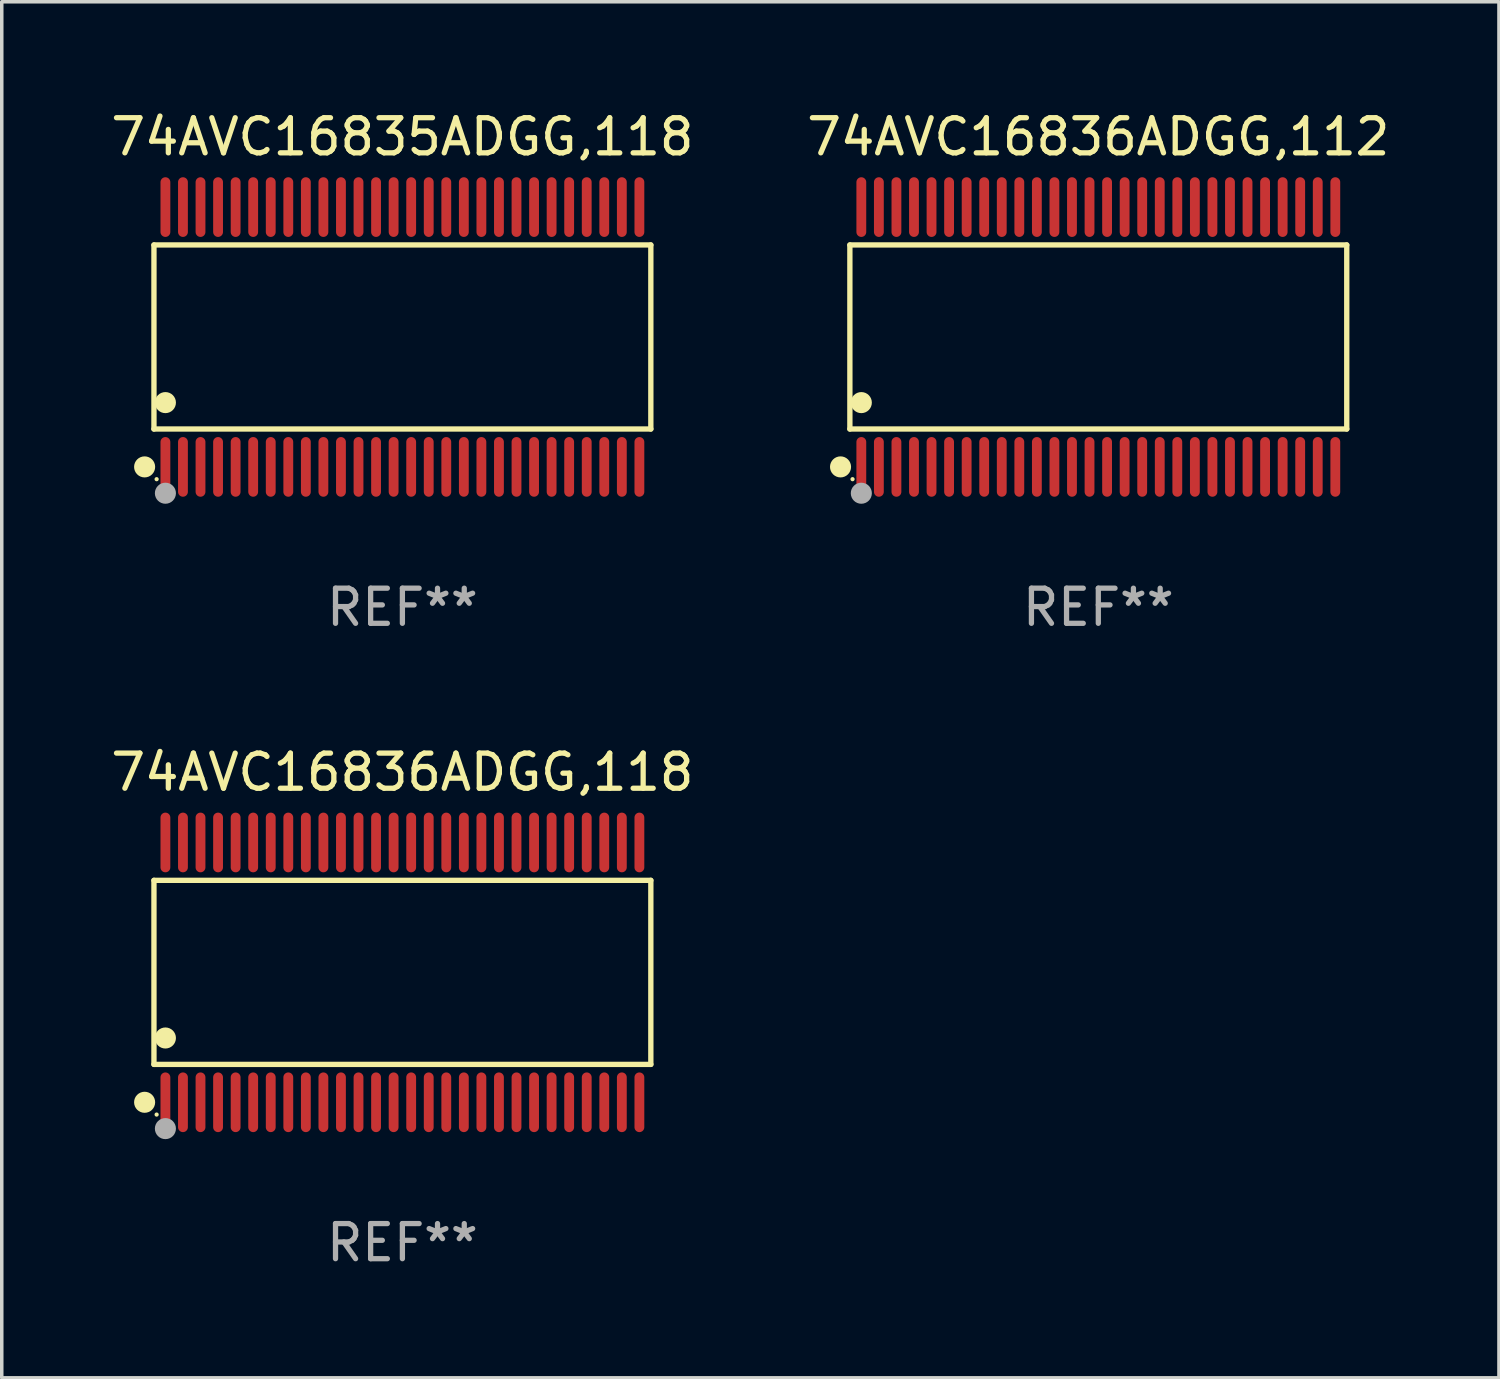
<source format=kicad_pcb>
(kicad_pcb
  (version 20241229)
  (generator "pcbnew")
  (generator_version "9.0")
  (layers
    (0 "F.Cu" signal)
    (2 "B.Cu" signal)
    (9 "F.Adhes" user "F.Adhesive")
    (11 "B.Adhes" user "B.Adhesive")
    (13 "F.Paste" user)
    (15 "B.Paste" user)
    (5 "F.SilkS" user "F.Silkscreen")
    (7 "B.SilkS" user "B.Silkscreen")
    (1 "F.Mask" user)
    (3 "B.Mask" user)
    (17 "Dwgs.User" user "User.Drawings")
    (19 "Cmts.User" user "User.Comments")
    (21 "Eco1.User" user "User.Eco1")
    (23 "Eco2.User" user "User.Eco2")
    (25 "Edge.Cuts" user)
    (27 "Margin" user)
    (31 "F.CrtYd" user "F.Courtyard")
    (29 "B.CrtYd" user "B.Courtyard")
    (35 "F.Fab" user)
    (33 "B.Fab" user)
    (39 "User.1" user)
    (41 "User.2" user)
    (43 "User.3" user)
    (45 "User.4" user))
  (footprint "74AVC16835ADGG,118"
    (layer "F.Cu")
    (at 8.411 6.548)
    (property "Reference" "74AVC16835ADGG,118" (at 0 -5.7 0) (layer "F.SilkS") (effects (font (size 1 1) (thickness 0.15))))
    (attr through_hole)
    (fp_line (start -7.076 -2.621) (end 7.076 -2.621) (stroke (width 0.152) (type solid)) (layer "F.SilkS"))
    (fp_line (start -7.076 2.621) (end -7.076 -2.621) (stroke (width 0.152) (type solid)) (layer "F.SilkS"))
    (fp_line (start 7.076 -2.621) (end 7.076 2.621) (stroke (width 0.152) (type solid)) (layer "F.SilkS"))
    (fp_line (start 7.076 2.621) (end -7.076 2.621) (stroke (width 0.152) (type solid)) (layer "F.SilkS"))
    (fp_circle (center -7.342 3.7) (end -7.192 3.7) (stroke (width 0.3) (type solid)) (fill no) (layer "F.SilkS"))
    (fp_circle (center -7 4.05) (end -6.97 4.05) (stroke (width 0.06) (type solid)) (fill no) (layer "F.SilkS"))
    (fp_circle (center -6.75 1.869) (end -6.6 1.869) (stroke (width 0.3) (type solid)) (fill no) (layer "F.SilkS"))
    (fp_circle (center -6.75 4.45) (end -6.6 4.45) (stroke (width 0.3) (type solid)) (fill no) (layer "F.Fab"))
    (fp_text user "REF**" (at 0 7.7 0) (layer "F.Fab") (effects (font (size 1 1) (thickness 0.15))))
    (pad "1" smd oval (at -6.75 3.7) (size 0.28 1.7) (layers "F.Cu" "F.Mask" "F.Paste"))
    (pad "2" smd oval (at -6.25 3.7) (size 0.28 1.7) (layers "F.Cu" "F.Mask" "F.Paste"))
    (pad "3" smd oval (at -5.75 3.7) (size 0.28 1.7) (layers "F.Cu" "F.Mask" "F.Paste"))
    (pad "4" smd oval (at -5.25 3.7) (size 0.28 1.7) (layers "F.Cu" "F.Mask" "F.Paste"))
    (pad "5" smd oval (at -4.75 3.7) (size 0.28 1.7) (layers "F.Cu" "F.Mask" "F.Paste"))
    (pad "6" smd oval (at -4.25 3.7) (size 0.28 1.7) (layers "F.Cu" "F.Mask" "F.Paste"))
    (pad "7" smd oval (at -3.75 3.7) (size 0.28 1.7) (layers "F.Cu" "F.Mask" "F.Paste"))
    (pad "8" smd oval (at -3.25 3.7) (size 0.28 1.7) (layers "F.Cu" "F.Mask" "F.Paste"))
    (pad "9" smd oval (at -2.75 3.7) (size 0.28 1.7) (layers "F.Cu" "F.Mask" "F.Paste"))
    (pad "10" smd oval (at -2.25 3.7) (size 0.28 1.7) (layers "F.Cu" "F.Mask" "F.Paste"))
    (pad "11" smd oval (at -1.75 3.7) (size 0.28 1.7) (layers "F.Cu" "F.Mask" "F.Paste"))
    (pad "12" smd oval (at -1.25 3.7) (size 0.28 1.7) (layers "F.Cu" "F.Mask" "F.Paste"))
    (pad "13" smd oval (at -0.75 3.7) (size 0.28 1.7) (layers "F.Cu" "F.Mask" "F.Paste"))
    (pad "14" smd oval (at -0.25 3.7) (size 0.28 1.7) (layers "F.Cu" "F.Mask" "F.Paste"))
    (pad "15" smd oval (at 0.25 3.7) (size 0.28 1.7) (layers "F.Cu" "F.Mask" "F.Paste"))
    (pad "16" smd oval (at 0.75 3.7) (size 0.28 1.7) (layers "F.Cu" "F.Mask" "F.Paste"))
    (pad "17" smd oval (at 1.25 3.7) (size 0.28 1.7) (layers "F.Cu" "F.Mask" "F.Paste"))
    (pad "18" smd oval (at 1.75 3.7) (size 0.28 1.7) (layers "F.Cu" "F.Mask" "F.Paste"))
    (pad "19" smd oval (at 2.25 3.7) (size 0.28 1.7) (layers "F.Cu" "F.Mask" "F.Paste"))
    (pad "20" smd oval (at 2.75 3.7) (size 0.28 1.7) (layers "F.Cu" "F.Mask" "F.Paste"))
    (pad "21" smd oval (at 3.25 3.7) (size 0.28 1.7) (layers "F.Cu" "F.Mask" "F.Paste"))
    (pad "22" smd oval (at 3.75 3.7) (size 0.28 1.7) (layers "F.Cu" "F.Mask" "F.Paste"))
    (pad "23" smd oval (at 4.25 3.7) (size 0.28 1.7) (layers "F.Cu" "F.Mask" "F.Paste"))
    (pad "24" smd oval (at 4.75 3.7) (size 0.28 1.7) (layers "F.Cu" "F.Mask" "F.Paste"))
    (pad "25" smd oval (at 5.25 3.7) (size 0.28 1.7) (layers "F.Cu" "F.Mask" "F.Paste"))
    (pad "26" smd oval (at 5.75 3.7) (size 0.28 1.7) (layers "F.Cu" "F.Mask" "F.Paste"))
    (pad "27" smd oval (at 6.25 3.7) (size 0.28 1.7) (layers "F.Cu" "F.Mask" "F.Paste"))
    (pad "28" smd oval (at 6.75 3.7) (size 0.28 1.7) (layers "F.Cu" "F.Mask" "F.Paste"))
    (pad "29" smd oval (at 6.75 -3.7) (size 0.28 1.7) (layers "F.Cu" "F.Mask" "F.Paste"))
    (pad "30" smd oval (at 6.25 -3.7) (size 0.28 1.7) (layers "F.Cu" "F.Mask" "F.Paste"))
    (pad "31" smd oval (at 5.75 -3.7) (size 0.28 1.7) (layers "F.Cu" "F.Mask" "F.Paste"))
    (pad "32" smd oval (at 5.25 -3.7) (size 0.28 1.7) (layers "F.Cu" "F.Mask" "F.Paste"))
    (pad "33" smd oval (at 4.75 -3.7) (size 0.28 1.7) (layers "F.Cu" "F.Mask" "F.Paste"))
    (pad "34" smd oval (at 4.25 -3.7) (size 0.28 1.7) (layers "F.Cu" "F.Mask" "F.Paste"))
    (pad "35" smd oval (at 3.75 -3.7) (size 0.28 1.7) (layers "F.Cu" "F.Mask" "F.Paste"))
    (pad "36" smd oval (at 3.25 -3.7) (size 0.28 1.7) (layers "F.Cu" "F.Mask" "F.Paste"))
    (pad "37" smd oval (at 2.75 -3.7) (size 0.28 1.7) (layers "F.Cu" "F.Mask" "F.Paste"))
    (pad "38" smd oval (at 2.25 -3.7) (size 0.28 1.7) (layers "F.Cu" "F.Mask" "F.Paste"))
    (pad "39" smd oval (at 1.75 -3.7) (size 0.28 1.7) (layers "F.Cu" "F.Mask" "F.Paste"))
    (pad "40" smd oval (at 1.25 -3.7) (size 0.28 1.7) (layers "F.Cu" "F.Mask" "F.Paste"))
    (pad "41" smd oval (at 0.75 -3.7) (size 0.28 1.7) (layers "F.Cu" "F.Mask" "F.Paste"))
    (pad "42" smd oval (at 0.25 -3.7) (size 0.28 1.7) (layers "F.Cu" "F.Mask" "F.Paste"))
    (pad "43" smd oval (at -0.25 -3.7) (size 0.28 1.7) (layers "F.Cu" "F.Mask" "F.Paste"))
    (pad "44" smd oval (at -0.75 -3.7) (size 0.28 1.7) (layers "F.Cu" "F.Mask" "F.Paste"))
    (pad "45" smd oval (at -1.25 -3.7) (size 0.28 1.7) (layers "F.Cu" "F.Mask" "F.Paste"))
    (pad "46" smd oval (at -1.75 -3.7) (size 0.28 1.7) (layers "F.Cu" "F.Mask" "F.Paste"))
    (pad "47" smd oval (at -2.25 -3.7) (size 0.28 1.7) (layers "F.Cu" "F.Mask" "F.Paste"))
    (pad "48" smd oval (at -2.75 -3.7) (size 0.28 1.7) (layers "F.Cu" "F.Mask" "F.Paste"))
    (pad "49" smd oval (at -3.25 -3.7) (size 0.28 1.7) (layers "F.Cu" "F.Mask" "F.Paste"))
    (pad "50" smd oval (at -3.75 -3.7) (size 0.28 1.7) (layers "F.Cu" "F.Mask" "F.Paste"))
    (pad "51" smd oval (at -4.25 -3.7) (size 0.28 1.7) (layers "F.Cu" "F.Mask" "F.Paste"))
    (pad "52" smd oval (at -4.75 -3.7) (size 0.28 1.7) (layers "F.Cu" "F.Mask" "F.Paste"))
    (pad "53" smd oval (at -5.25 -3.7) (size 0.28 1.7) (layers "F.Cu" "F.Mask" "F.Paste"))
    (pad "54" smd oval (at -5.75 -3.7) (size 0.28 1.7) (layers "F.Cu" "F.Mask" "F.Paste"))
    (pad "55" smd oval (at -6.25 -3.7) (size 0.28 1.7) (layers "F.Cu" "F.Mask" "F.Paste"))
    (pad "56" smd oval (at -6.75 -3.7) (size 0.28 1.7) (layers "F.Cu" "F.Mask" "F.Paste")))
  (footprint "74AVC16836ADGG,118"
    (layer "F.Cu")
    (at 8.411 24.645)
    (property "Reference" "74AVC16836ADGG,118" (at 0 -5.7 0) (layer "F.SilkS") (effects (font (size 1 1) (thickness 0.15))))
    (attr through_hole)
    (fp_line (start -7.076 -2.621) (end 7.076 -2.621) (stroke (width 0.152) (type solid)) (layer "F.SilkS"))
    (fp_line (start -7.076 2.621) (end -7.076 -2.621) (stroke (width 0.152) (type solid)) (layer "F.SilkS"))
    (fp_line (start 7.076 -2.621) (end 7.076 2.621) (stroke (width 0.152) (type solid)) (layer "F.SilkS"))
    (fp_line (start 7.076 2.621) (end -7.076 2.621) (stroke (width 0.152) (type solid)) (layer "F.SilkS"))
    (fp_circle (center -7.342 3.7) (end -7.192 3.7) (stroke (width 0.3) (type solid)) (fill no) (layer "F.SilkS"))
    (fp_circle (center -7 4.05) (end -6.97 4.05) (stroke (width 0.06) (type solid)) (fill no) (layer "F.SilkS"))
    (fp_circle (center -6.75 1.869) (end -6.6 1.869) (stroke (width 0.3) (type solid)) (fill no) (layer "F.SilkS"))
    (fp_circle (center -6.75 4.45) (end -6.6 4.45) (stroke (width 0.3) (type solid)) (fill no) (layer "F.Fab"))
    (fp_text user "REF**" (at 0 7.7 0) (layer "F.Fab") (effects (font (size 1 1) (thickness 0.15))))
    (pad "1" smd oval (at -6.75 3.7) (size 0.28 1.7) (layers "F.Cu" "F.Mask" "F.Paste"))
    (pad "2" smd oval (at -6.25 3.7) (size 0.28 1.7) (layers "F.Cu" "F.Mask" "F.Paste"))
    (pad "3" smd oval (at -5.75 3.7) (size 0.28 1.7) (layers "F.Cu" "F.Mask" "F.Paste"))
    (pad "4" smd oval (at -5.25 3.7) (size 0.28 1.7) (layers "F.Cu" "F.Mask" "F.Paste"))
    (pad "5" smd oval (at -4.75 3.7) (size 0.28 1.7) (layers "F.Cu" "F.Mask" "F.Paste"))
    (pad "6" smd oval (at -4.25 3.7) (size 0.28 1.7) (layers "F.Cu" "F.Mask" "F.Paste"))
    (pad "7" smd oval (at -3.75 3.7) (size 0.28 1.7) (layers "F.Cu" "F.Mask" "F.Paste"))
    (pad "8" smd oval (at -3.25 3.7) (size 0.28 1.7) (layers "F.Cu" "F.Mask" "F.Paste"))
    (pad "9" smd oval (at -2.75 3.7) (size 0.28 1.7) (layers "F.Cu" "F.Mask" "F.Paste"))
    (pad "10" smd oval (at -2.25 3.7) (size 0.28 1.7) (layers "F.Cu" "F.Mask" "F.Paste"))
    (pad "11" smd oval (at -1.75 3.7) (size 0.28 1.7) (layers "F.Cu" "F.Mask" "F.Paste"))
    (pad "12" smd oval (at -1.25 3.7) (size 0.28 1.7) (layers "F.Cu" "F.Mask" "F.Paste"))
    (pad "13" smd oval (at -0.75 3.7) (size 0.28 1.7) (layers "F.Cu" "F.Mask" "F.Paste"))
    (pad "14" smd oval (at -0.25 3.7) (size 0.28 1.7) (layers "F.Cu" "F.Mask" "F.Paste"))
    (pad "15" smd oval (at 0.25 3.7) (size 0.28 1.7) (layers "F.Cu" "F.Mask" "F.Paste"))
    (pad "16" smd oval (at 0.75 3.7) (size 0.28 1.7) (layers "F.Cu" "F.Mask" "F.Paste"))
    (pad "17" smd oval (at 1.25 3.7) (size 0.28 1.7) (layers "F.Cu" "F.Mask" "F.Paste"))
    (pad "18" smd oval (at 1.75 3.7) (size 0.28 1.7) (layers "F.Cu" "F.Mask" "F.Paste"))
    (pad "19" smd oval (at 2.25 3.7) (size 0.28 1.7) (layers "F.Cu" "F.Mask" "F.Paste"))
    (pad "20" smd oval (at 2.75 3.7) (size 0.28 1.7) (layers "F.Cu" "F.Mask" "F.Paste"))
    (pad "21" smd oval (at 3.25 3.7) (size 0.28 1.7) (layers "F.Cu" "F.Mask" "F.Paste"))
    (pad "22" smd oval (at 3.75 3.7) (size 0.28 1.7) (layers "F.Cu" "F.Mask" "F.Paste"))
    (pad "23" smd oval (at 4.25 3.7) (size 0.28 1.7) (layers "F.Cu" "F.Mask" "F.Paste"))
    (pad "24" smd oval (at 4.75 3.7) (size 0.28 1.7) (layers "F.Cu" "F.Mask" "F.Paste"))
    (pad "25" smd oval (at 5.25 3.7) (size 0.28 1.7) (layers "F.Cu" "F.Mask" "F.Paste"))
    (pad "26" smd oval (at 5.75 3.7) (size 0.28 1.7) (layers "F.Cu" "F.Mask" "F.Paste"))
    (pad "27" smd oval (at 6.25 3.7) (size 0.28 1.7) (layers "F.Cu" "F.Mask" "F.Paste"))
    (pad "28" smd oval (at 6.75 3.7) (size 0.28 1.7) (layers "F.Cu" "F.Mask" "F.Paste"))
    (pad "29" smd oval (at 6.75 -3.7) (size 0.28 1.7) (layers "F.Cu" "F.Mask" "F.Paste"))
    (pad "30" smd oval (at 6.25 -3.7) (size 0.28 1.7) (layers "F.Cu" "F.Mask" "F.Paste"))
    (pad "31" smd oval (at 5.75 -3.7) (size 0.28 1.7) (layers "F.Cu" "F.Mask" "F.Paste"))
    (pad "32" smd oval (at 5.25 -3.7) (size 0.28 1.7) (layers "F.Cu" "F.Mask" "F.Paste"))
    (pad "33" smd oval (at 4.75 -3.7) (size 0.28 1.7) (layers "F.Cu" "F.Mask" "F.Paste"))
    (pad "34" smd oval (at 4.25 -3.7) (size 0.28 1.7) (layers "F.Cu" "F.Mask" "F.Paste"))
    (pad "35" smd oval (at 3.75 -3.7) (size 0.28 1.7) (layers "F.Cu" "F.Mask" "F.Paste"))
    (pad "36" smd oval (at 3.25 -3.7) (size 0.28 1.7) (layers "F.Cu" "F.Mask" "F.Paste"))
    (pad "37" smd oval (at 2.75 -3.7) (size 0.28 1.7) (layers "F.Cu" "F.Mask" "F.Paste"))
    (pad "38" smd oval (at 2.25 -3.7) (size 0.28 1.7) (layers "F.Cu" "F.Mask" "F.Paste"))
    (pad "39" smd oval (at 1.75 -3.7) (size 0.28 1.7) (layers "F.Cu" "F.Mask" "F.Paste"))
    (pad "40" smd oval (at 1.25 -3.7) (size 0.28 1.7) (layers "F.Cu" "F.Mask" "F.Paste"))
    (pad "41" smd oval (at 0.75 -3.7) (size 0.28 1.7) (layers "F.Cu" "F.Mask" "F.Paste"))
    (pad "42" smd oval (at 0.25 -3.7) (size 0.28 1.7) (layers "F.Cu" "F.Mask" "F.Paste"))
    (pad "43" smd oval (at -0.25 -3.7) (size 0.28 1.7) (layers "F.Cu" "F.Mask" "F.Paste"))
    (pad "44" smd oval (at -0.75 -3.7) (size 0.28 1.7) (layers "F.Cu" "F.Mask" "F.Paste"))
    (pad "45" smd oval (at -1.25 -3.7) (size 0.28 1.7) (layers "F.Cu" "F.Mask" "F.Paste"))
    (pad "46" smd oval (at -1.75 -3.7) (size 0.28 1.7) (layers "F.Cu" "F.Mask" "F.Paste"))
    (pad "47" smd oval (at -2.25 -3.7) (size 0.28 1.7) (layers "F.Cu" "F.Mask" "F.Paste"))
    (pad "48" smd oval (at -2.75 -3.7) (size 0.28 1.7) (layers "F.Cu" "F.Mask" "F.Paste"))
    (pad "49" smd oval (at -3.25 -3.7) (size 0.28 1.7) (layers "F.Cu" "F.Mask" "F.Paste"))
    (pad "50" smd oval (at -3.75 -3.7) (size 0.28 1.7) (layers "F.Cu" "F.Mask" "F.Paste"))
    (pad "51" smd oval (at -4.25 -3.7) (size 0.28 1.7) (layers "F.Cu" "F.Mask" "F.Paste"))
    (pad "52" smd oval (at -4.75 -3.7) (size 0.28 1.7) (layers "F.Cu" "F.Mask" "F.Paste"))
    (pad "53" smd oval (at -5.25 -3.7) (size 0.28 1.7) (layers "F.Cu" "F.Mask" "F.Paste"))
    (pad "54" smd oval (at -5.75 -3.7) (size 0.28 1.7) (layers "F.Cu" "F.Mask" "F.Paste"))
    (pad "55" smd oval (at -6.25 -3.7) (size 0.28 1.7) (layers "F.Cu" "F.Mask" "F.Paste"))
    (pad "56" smd oval (at -6.75 -3.7) (size 0.28 1.7) (layers "F.Cu" "F.Mask" "F.Paste")))
  (footprint "74AVC16836ADGG,112"
    (layer "F.Cu")
    (at 28.232 6.548)
    (property "Reference" "74AVC16836ADGG,112" (at 0 -5.7 0) (layer "F.SilkS") (effects (font (size 1 1) (thickness 0.15))))
    (attr through_hole)
    (fp_line (start -7.076 -2.621) (end 7.076 -2.621) (stroke (width 0.152) (type solid)) (layer "F.SilkS"))
    (fp_line (start -7.076 2.621) (end -7.076 -2.621) (stroke (width 0.152) (type solid)) (layer "F.SilkS"))
    (fp_line (start 7.076 -2.621) (end 7.076 2.621) (stroke (width 0.152) (type solid)) (layer "F.SilkS"))
    (fp_line (start 7.076 2.621) (end -7.076 2.621) (stroke (width 0.152) (type solid)) (layer "F.SilkS"))
    (fp_circle (center -7.342 3.7) (end -7.192 3.7) (stroke (width 0.3) (type solid)) (fill no) (layer "F.SilkS"))
    (fp_circle (center -7 4.05) (end -6.97 4.05) (stroke (width 0.06) (type solid)) (fill no) (layer "F.SilkS"))
    (fp_circle (center -6.75 1.869) (end -6.6 1.869) (stroke (width 0.3) (type solid)) (fill no) (layer "F.SilkS"))
    (fp_circle (center -6.75 4.45) (end -6.6 4.45) (stroke (width 0.3) (type solid)) (fill no) (layer "F.Fab"))
    (fp_text user "REF**" (at 0 7.7 0) (layer "F.Fab") (effects (font (size 1 1) (thickness 0.15))))
    (pad "1" smd oval (at -6.75 3.7) (size 0.28 1.7) (layers "F.Cu" "F.Mask" "F.Paste"))
    (pad "2" smd oval (at -6.25 3.7) (size 0.28 1.7) (layers "F.Cu" "F.Mask" "F.Paste"))
    (pad "3" smd oval (at -5.75 3.7) (size 0.28 1.7) (layers "F.Cu" "F.Mask" "F.Paste"))
    (pad "4" smd oval (at -5.25 3.7) (size 0.28 1.7) (layers "F.Cu" "F.Mask" "F.Paste"))
    (pad "5" smd oval (at -4.75 3.7) (size 0.28 1.7) (layers "F.Cu" "F.Mask" "F.Paste"))
    (pad "6" smd oval (at -4.25 3.7) (size 0.28 1.7) (layers "F.Cu" "F.Mask" "F.Paste"))
    (pad "7" smd oval (at -3.75 3.7) (size 0.28 1.7) (layers "F.Cu" "F.Mask" "F.Paste"))
    (pad "8" smd oval (at -3.25 3.7) (size 0.28 1.7) (layers "F.Cu" "F.Mask" "F.Paste"))
    (pad "9" smd oval (at -2.75 3.7) (size 0.28 1.7) (layers "F.Cu" "F.Mask" "F.Paste"))
    (pad "10" smd oval (at -2.25 3.7) (size 0.28 1.7) (layers "F.Cu" "F.Mask" "F.Paste"))
    (pad "11" smd oval (at -1.75 3.7) (size 0.28 1.7) (layers "F.Cu" "F.Mask" "F.Paste"))
    (pad "12" smd oval (at -1.25 3.7) (size 0.28 1.7) (layers "F.Cu" "F.Mask" "F.Paste"))
    (pad "13" smd oval (at -0.75 3.7) (size 0.28 1.7) (layers "F.Cu" "F.Mask" "F.Paste"))
    (pad "14" smd oval (at -0.25 3.7) (size 0.28 1.7) (layers "F.Cu" "F.Mask" "F.Paste"))
    (pad "15" smd oval (at 0.25 3.7) (size 0.28 1.7) (layers "F.Cu" "F.Mask" "F.Paste"))
    (pad "16" smd oval (at 0.75 3.7) (size 0.28 1.7) (layers "F.Cu" "F.Mask" "F.Paste"))
    (pad "17" smd oval (at 1.25 3.7) (size 0.28 1.7) (layers "F.Cu" "F.Mask" "F.Paste"))
    (pad "18" smd oval (at 1.75 3.7) (size 0.28 1.7) (layers "F.Cu" "F.Mask" "F.Paste"))
    (pad "19" smd oval (at 2.25 3.7) (size 0.28 1.7) (layers "F.Cu" "F.Mask" "F.Paste"))
    (pad "20" smd oval (at 2.75 3.7) (size 0.28 1.7) (layers "F.Cu" "F.Mask" "F.Paste"))
    (pad "21" smd oval (at 3.25 3.7) (size 0.28 1.7) (layers "F.Cu" "F.Mask" "F.Paste"))
    (pad "22" smd oval (at 3.75 3.7) (size 0.28 1.7) (layers "F.Cu" "F.Mask" "F.Paste"))
    (pad "23" smd oval (at 4.25 3.7) (size 0.28 1.7) (layers "F.Cu" "F.Mask" "F.Paste"))
    (pad "24" smd oval (at 4.75 3.7) (size 0.28 1.7) (layers "F.Cu" "F.Mask" "F.Paste"))
    (pad "25" smd oval (at 5.25 3.7) (size 0.28 1.7) (layers "F.Cu" "F.Mask" "F.Paste"))
    (pad "26" smd oval (at 5.75 3.7) (size 0.28 1.7) (layers "F.Cu" "F.Mask" "F.Paste"))
    (pad "27" smd oval (at 6.25 3.7) (size 0.28 1.7) (layers "F.Cu" "F.Mask" "F.Paste"))
    (pad "28" smd oval (at 6.75 3.7) (size 0.28 1.7) (layers "F.Cu" "F.Mask" "F.Paste"))
    (pad "29" smd oval (at 6.75 -3.7) (size 0.28 1.7) (layers "F.Cu" "F.Mask" "F.Paste"))
    (pad "30" smd oval (at 6.25 -3.7) (size 0.28 1.7) (layers "F.Cu" "F.Mask" "F.Paste"))
    (pad "31" smd oval (at 5.75 -3.7) (size 0.28 1.7) (layers "F.Cu" "F.Mask" "F.Paste"))
    (pad "32" smd oval (at 5.25 -3.7) (size 0.28 1.7) (layers "F.Cu" "F.Mask" "F.Paste"))
    (pad "33" smd oval (at 4.75 -3.7) (size 0.28 1.7) (layers "F.Cu" "F.Mask" "F.Paste"))
    (pad "34" smd oval (at 4.25 -3.7) (size 0.28 1.7) (layers "F.Cu" "F.Mask" "F.Paste"))
    (pad "35" smd oval (at 3.75 -3.7) (size 0.28 1.7) (layers "F.Cu" "F.Mask" "F.Paste"))
    (pad "36" smd oval (at 3.25 -3.7) (size 0.28 1.7) (layers "F.Cu" "F.Mask" "F.Paste"))
    (pad "37" smd oval (at 2.75 -3.7) (size 0.28 1.7) (layers "F.Cu" "F.Mask" "F.Paste"))
    (pad "38" smd oval (at 2.25 -3.7) (size 0.28 1.7) (layers "F.Cu" "F.Mask" "F.Paste"))
    (pad "39" smd oval (at 1.75 -3.7) (size 0.28 1.7) (layers "F.Cu" "F.Mask" "F.Paste"))
    (pad "40" smd oval (at 1.25 -3.7) (size 0.28 1.7) (layers "F.Cu" "F.Mask" "F.Paste"))
    (pad "41" smd oval (at 0.75 -3.7) (size 0.28 1.7) (layers "F.Cu" "F.Mask" "F.Paste"))
    (pad "42" smd oval (at 0.25 -3.7) (size 0.28 1.7) (layers "F.Cu" "F.Mask" "F.Paste"))
    (pad "43" smd oval (at -0.25 -3.7) (size 0.28 1.7) (layers "F.Cu" "F.Mask" "F.Paste"))
    (pad "44" smd oval (at -0.75 -3.7) (size 0.28 1.7) (layers "F.Cu" "F.Mask" "F.Paste"))
    (pad "45" smd oval (at -1.25 -3.7) (size 0.28 1.7) (layers "F.Cu" "F.Mask" "F.Paste"))
    (pad "46" smd oval (at -1.75 -3.7) (size 0.28 1.7) (layers "F.Cu" "F.Mask" "F.Paste"))
    (pad "47" smd oval (at -2.25 -3.7) (size 0.28 1.7) (layers "F.Cu" "F.Mask" "F.Paste"))
    (pad "48" smd oval (at -2.75 -3.7) (size 0.28 1.7) (layers "F.Cu" "F.Mask" "F.Paste"))
    (pad "49" smd oval (at -3.25 -3.7) (size 0.28 1.7) (layers "F.Cu" "F.Mask" "F.Paste"))
    (pad "50" smd oval (at -3.75 -3.7) (size 0.28 1.7) (layers "F.Cu" "F.Mask" "F.Paste"))
    (pad "51" smd oval (at -4.25 -3.7) (size 0.28 1.7) (layers "F.Cu" "F.Mask" "F.Paste"))
    (pad "52" smd oval (at -4.75 -3.7) (size 0.28 1.7) (layers "F.Cu" "F.Mask" "F.Paste"))
    (pad "53" smd oval (at -5.25 -3.7) (size 0.28 1.7) (layers "F.Cu" "F.Mask" "F.Paste"))
    (pad "54" smd oval (at -5.75 -3.7) (size 0.28 1.7) (layers "F.Cu" "F.Mask" "F.Paste"))
    (pad "55" smd oval (at -6.25 -3.7) (size 0.28 1.7) (layers "F.Cu" "F.Mask" "F.Paste"))
    (pad "56" smd oval (at -6.75 -3.7) (size 0.28 1.7) (layers "F.Cu" "F.Mask" "F.Paste")))
  (gr_rect
    (start -3 -3)
    (end 39.643 36.193)
    (stroke (width 0.1) (type default))
    (fill no)
    (layer "Edge.Cuts")))
</source>
